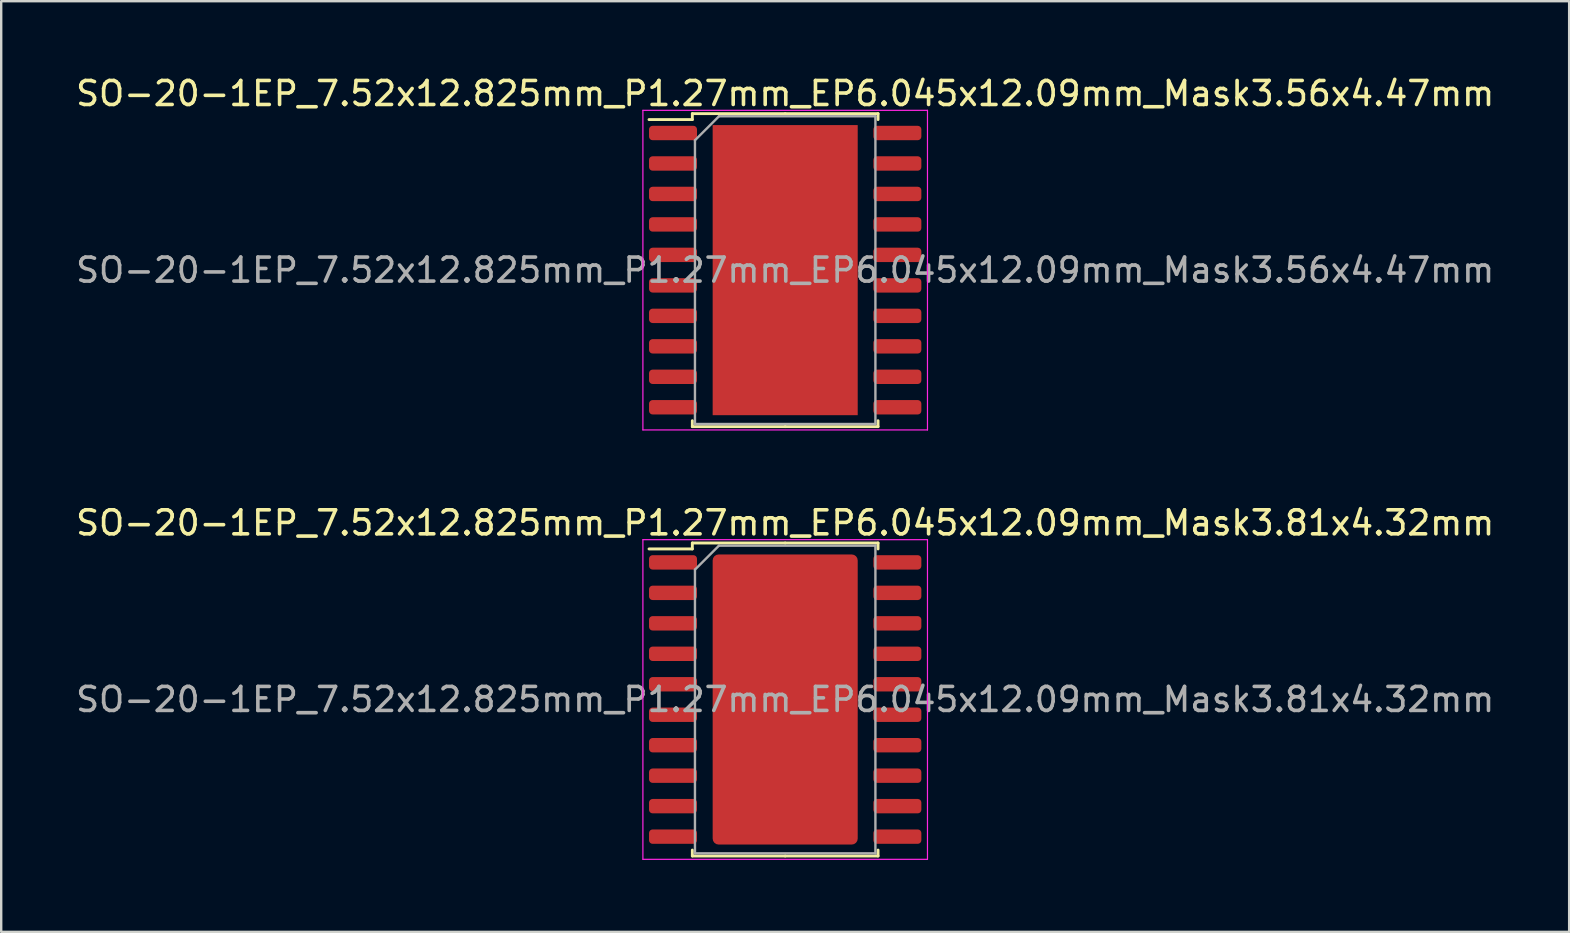
<source format=kicad_pcb>
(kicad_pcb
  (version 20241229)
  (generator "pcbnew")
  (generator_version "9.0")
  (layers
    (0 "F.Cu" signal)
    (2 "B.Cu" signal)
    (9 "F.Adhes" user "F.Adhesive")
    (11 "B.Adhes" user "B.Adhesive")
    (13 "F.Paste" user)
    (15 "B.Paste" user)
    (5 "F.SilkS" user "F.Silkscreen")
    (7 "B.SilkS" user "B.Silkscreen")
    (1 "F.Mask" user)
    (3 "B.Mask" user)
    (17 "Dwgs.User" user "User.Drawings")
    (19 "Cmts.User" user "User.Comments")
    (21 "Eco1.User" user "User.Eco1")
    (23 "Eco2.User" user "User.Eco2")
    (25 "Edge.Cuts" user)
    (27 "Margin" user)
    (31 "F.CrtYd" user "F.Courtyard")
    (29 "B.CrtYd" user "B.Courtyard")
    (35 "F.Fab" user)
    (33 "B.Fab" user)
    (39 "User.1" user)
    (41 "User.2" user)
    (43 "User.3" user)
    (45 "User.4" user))
  (footprint "SO-20-1EP_7.52x12.825mm_P1.27mm_EP6.045x12.09mm_Mask3.56x4.47mm"
    (layer "F.Cu")
    (at 29.673 8.208)
    (property "Reference" "SO-20-1EP_7.52x12.825mm_P1.27mm_EP6.045x12.09mm_Mask3.56x4.47mm" (at 0 -7.36 0) (layer "F.SilkS") (effects (font (size 1 1) (thickness 0.15))))
    (attr smd)
    (fp_line (start -3.87 -6.522) (end -3.87 -6.275) (stroke (width 0.12) (type solid)) (layer "F.SilkS"))
    (fp_line (start -3.87 -6.275) (end -5.675 -6.275) (stroke (width 0.12) (type solid)) (layer "F.SilkS"))
    (fp_line (start -3.87 6.522) (end -3.87 6.275) (stroke (width 0.12) (type solid)) (layer "F.SilkS"))
    (fp_line (start 0 -6.522) (end -3.87 -6.522) (stroke (width 0.12) (type solid)) (layer "F.SilkS"))
    (fp_line (start 0 -6.522) (end 3.87 -6.522) (stroke (width 0.12) (type solid)) (layer "F.SilkS"))
    (fp_line (start 0 6.522) (end -3.87 6.522) (stroke (width 0.12) (type solid)) (layer "F.SilkS"))
    (fp_line (start 0 6.522) (end 3.87 6.522) (stroke (width 0.12) (type solid)) (layer "F.SilkS"))
    (fp_line (start 3.87 -6.522) (end 3.87 -6.275) (stroke (width 0.12) (type solid)) (layer "F.SilkS"))
    (fp_line (start 3.87 6.522) (end 3.87 6.275) (stroke (width 0.12) (type solid)) (layer "F.SilkS"))
    (fp_line (start -5.93 -6.66) (end -5.93 6.66) (stroke (width 0.05) (type solid)) (layer "F.CrtYd"))
    (fp_line (start -5.93 6.66) (end 5.93 6.66) (stroke (width 0.05) (type solid)) (layer "F.CrtYd"))
    (fp_line (start 5.93 -6.66) (end -5.93 -6.66) (stroke (width 0.05) (type solid)) (layer "F.CrtYd"))
    (fp_line (start 5.93 6.66) (end 5.93 -6.66) (stroke (width 0.05) (type solid)) (layer "F.CrtYd"))
    (fp_line (start -3.76 -5.412) (end -2.76 -6.412) (stroke (width 0.1) (type solid)) (layer "F.Fab"))
    (fp_line (start -3.76 6.412) (end -3.76 -5.412) (stroke (width 0.1) (type solid)) (layer "F.Fab"))
    (fp_line (start -2.76 -6.412) (end 3.76 -6.412) (stroke (width 0.1) (type solid)) (layer "F.Fab"))
    (fp_line (start 3.76 -6.412) (end 3.76 6.412) (stroke (width 0.1) (type solid)) (layer "F.Fab"))
    (fp_line (start 3.76 6.412) (end -3.76 6.412) (stroke (width 0.1) (type solid)) (layer "F.Fab"))
    (fp_text user "${REFERENCE}" (at 0 0 0) (layer "F.Fab") (effects (font (size 1 1) (thickness 0.15))))
    (pad "" smd roundrect (at 0 0) (size 2.87 3.6) (layers "F.Paste") (roundrect_rratio 0.087))
    (pad "" smd rect (at 0 0) (size 3.56 4.47) (layers "F.Mask"))
    (pad "1" smd roundrect (at -4.675 -5.715) (size 2 0.6) (layers "F.Cu" "F.Mask" "F.Paste") (roundrect_rratio 0.25))
    (pad "2" smd roundrect (at -4.675 -4.445) (size 2 0.6) (layers "F.Cu" "F.Mask" "F.Paste") (roundrect_rratio 0.25))
    (pad "3" smd roundrect (at -4.675 -3.175) (size 2 0.6) (layers "F.Cu" "F.Mask" "F.Paste") (roundrect_rratio 0.25))
    (pad "4" smd roundrect (at -4.675 -1.905) (size 2 0.6) (layers "F.Cu" "F.Mask" "F.Paste") (roundrect_rratio 0.25))
    (pad "5" smd roundrect (at -4.675 -0.635) (size 2 0.6) (layers "F.Cu" "F.Mask" "F.Paste") (roundrect_rratio 0.25))
    (pad "6" smd roundrect (at -4.675 0.635) (size 2 0.6) (layers "F.Cu" "F.Mask" "F.Paste") (roundrect_rratio 0.25))
    (pad "7" smd roundrect (at -4.675 1.905) (size 2 0.6) (layers "F.Cu" "F.Mask" "F.Paste") (roundrect_rratio 0.25))
    (pad "8" smd roundrect (at -4.675 3.175) (size 2 0.6) (layers "F.Cu" "F.Mask" "F.Paste") (roundrect_rratio 0.25))
    (pad "9" smd roundrect (at -4.675 4.445) (size 2 0.6) (layers "F.Cu" "F.Mask" "F.Paste") (roundrect_rratio 0.25))
    (pad "10" smd roundrect (at -4.675 5.715) (size 2 0.6) (layers "F.Cu" "F.Mask" "F.Paste") (roundrect_rratio 0.25))
    (pad "11" smd roundrect (at 4.675 5.715) (size 2 0.6) (layers "F.Cu" "F.Mask" "F.Paste") (roundrect_rratio 0.25))
    (pad "12" smd roundrect (at 4.675 4.445) (size 2 0.6) (layers "F.Cu" "F.Mask" "F.Paste") (roundrect_rratio 0.25))
    (pad "13" smd roundrect (at 4.675 3.175) (size 2 0.6) (layers "F.Cu" "F.Mask" "F.Paste") (roundrect_rratio 0.25))
    (pad "14" smd roundrect (at 4.675 1.905) (size 2 0.6) (layers "F.Cu" "F.Mask" "F.Paste") (roundrect_rratio 0.25))
    (pad "15" smd roundrect (at 4.675 0.635) (size 2 0.6) (layers "F.Cu" "F.Mask" "F.Paste") (roundrect_rratio 0.25))
    (pad "16" smd roundrect (at 4.675 -0.635) (size 2 0.6) (layers "F.Cu" "F.Mask" "F.Paste") (roundrect_rratio 0.25))
    (pad "17" smd roundrect (at 4.675 -1.905) (size 2 0.6) (layers "F.Cu" "F.Mask" "F.Paste") (roundrect_rratio 0.25))
    (pad "18" smd roundrect (at 4.675 -3.175) (size 2 0.6) (layers "F.Cu" "F.Mask" "F.Paste") (roundrect_rratio 0.25))
    (pad "19" smd roundrect (at 4.675 -4.445) (size 2 0.6) (layers "F.Cu" "F.Mask" "F.Paste") (roundrect_rratio 0.25))
    (pad "20" smd roundrect (at 4.675 -5.715) (size 2 0.6) (layers "F.Cu" "F.Mask" "F.Paste") (roundrect_rratio 0.25))
    (pad "21" smd rect (at 0 0) (size 6.045 12.09) (layers "F.Cu")))
  (footprint "SO-20-1EP_7.52x12.825mm_P1.27mm_EP6.045x12.09mm_Mask3.81x4.32mm"
    (layer "F.Cu")
    (at 29.673 26.102)
    (property "Reference" "SO-20-1EP_7.52x12.825mm_P1.27mm_EP6.045x12.09mm_Mask3.81x4.32mm" (at 0 -7.36 0) (layer "F.SilkS") (effects (font (size 1 1) (thickness 0.15))))
    (attr smd)
    (fp_line (start -3.87 -6.522) (end -3.87 -6.275) (stroke (width 0.12) (type solid)) (layer "F.SilkS"))
    (fp_line (start -3.87 -6.275) (end -5.675 -6.275) (stroke (width 0.12) (type solid)) (layer "F.SilkS"))
    (fp_line (start -3.87 6.522) (end -3.87 6.275) (stroke (width 0.12) (type solid)) (layer "F.SilkS"))
    (fp_line (start 0 -6.522) (end -3.87 -6.522) (stroke (width 0.12) (type solid)) (layer "F.SilkS"))
    (fp_line (start 0 -6.522) (end 3.87 -6.522) (stroke (width 0.12) (type solid)) (layer "F.SilkS"))
    (fp_line (start 0 6.522) (end -3.87 6.522) (stroke (width 0.12) (type solid)) (layer "F.SilkS"))
    (fp_line (start 0 6.522) (end 3.87 6.522) (stroke (width 0.12) (type solid)) (layer "F.SilkS"))
    (fp_line (start 3.87 -6.522) (end 3.87 -6.275) (stroke (width 0.12) (type solid)) (layer "F.SilkS"))
    (fp_line (start 3.87 6.522) (end 3.87 6.275) (stroke (width 0.12) (type solid)) (layer "F.SilkS"))
    (fp_line (start -5.93 -6.66) (end -5.93 6.66) (stroke (width 0.05) (type solid)) (layer "F.CrtYd"))
    (fp_line (start -5.93 6.66) (end 5.93 6.66) (stroke (width 0.05) (type solid)) (layer "F.CrtYd"))
    (fp_line (start 5.93 -6.66) (end -5.93 -6.66) (stroke (width 0.05) (type solid)) (layer "F.CrtYd"))
    (fp_line (start 5.93 6.66) (end 5.93 -6.66) (stroke (width 0.05) (type solid)) (layer "F.CrtYd"))
    (fp_line (start -3.76 -5.412) (end -2.76 -6.412) (stroke (width 0.1) (type solid)) (layer "F.Fab"))
    (fp_line (start -3.76 6.412) (end -3.76 -5.412) (stroke (width 0.1) (type solid)) (layer "F.Fab"))
    (fp_line (start -2.76 -6.412) (end 3.76 -6.412) (stroke (width 0.1) (type solid)) (layer "F.Fab"))
    (fp_line (start 3.76 -6.412) (end 3.76 6.412) (stroke (width 0.1) (type solid)) (layer "F.Fab"))
    (fp_line (start 3.76 6.412) (end -3.76 6.412) (stroke (width 0.1) (type solid)) (layer "F.Fab"))
    (fp_text user "${REFERENCE}" (at 0 0 0) (layer "F.Fab") (effects (font (size 1 1) (thickness 0.15))))
    (pad "" smd roundrect (at 0 0) (size 3.07 3.48) (layers "F.Paste") (roundrect_rratio 0.081))
    (pad "" smd roundrect (at 0 0) (size 3.81 4.32) (layers "F.Mask") (roundrect_rratio 0.066))
    (pad "1" smd roundrect (at -4.675 -5.715) (size 2 0.6) (layers "F.Cu" "F.Mask" "F.Paste") (roundrect_rratio 0.25))
    (pad "2" smd roundrect (at -4.675 -4.445) (size 2 0.6) (layers "F.Cu" "F.Mask" "F.Paste") (roundrect_rratio 0.25))
    (pad "3" smd roundrect (at -4.675 -3.175) (size 2 0.6) (layers "F.Cu" "F.Mask" "F.Paste") (roundrect_rratio 0.25))
    (pad "4" smd roundrect (at -4.675 -1.905) (size 2 0.6) (layers "F.Cu" "F.Mask" "F.Paste") (roundrect_rratio 0.25))
    (pad "5" smd roundrect (at -4.675 -0.635) (size 2 0.6) (layers "F.Cu" "F.Mask" "F.Paste") (roundrect_rratio 0.25))
    (pad "6" smd roundrect (at -4.675 0.635) (size 2 0.6) (layers "F.Cu" "F.Mask" "F.Paste") (roundrect_rratio 0.25))
    (pad "7" smd roundrect (at -4.675 1.905) (size 2 0.6) (layers "F.Cu" "F.Mask" "F.Paste") (roundrect_rratio 0.25))
    (pad "8" smd roundrect (at -4.675 3.175) (size 2 0.6) (layers "F.Cu" "F.Mask" "F.Paste") (roundrect_rratio 0.25))
    (pad "9" smd roundrect (at -4.675 4.445) (size 2 0.6) (layers "F.Cu" "F.Mask" "F.Paste") (roundrect_rratio 0.25))
    (pad "10" smd roundrect (at -4.675 5.715) (size 2 0.6) (layers "F.Cu" "F.Mask" "F.Paste") (roundrect_rratio 0.25))
    (pad "11" smd roundrect (at 4.675 5.715) (size 2 0.6) (layers "F.Cu" "F.Mask" "F.Paste") (roundrect_rratio 0.25))
    (pad "12" smd roundrect (at 4.675 4.445) (size 2 0.6) (layers "F.Cu" "F.Mask" "F.Paste") (roundrect_rratio 0.25))
    (pad "13" smd roundrect (at 4.675 3.175) (size 2 0.6) (layers "F.Cu" "F.Mask" "F.Paste") (roundrect_rratio 0.25))
    (pad "14" smd roundrect (at 4.675 1.905) (size 2 0.6) (layers "F.Cu" "F.Mask" "F.Paste") (roundrect_rratio 0.25))
    (pad "15" smd roundrect (at 4.675 0.635) (size 2 0.6) (layers "F.Cu" "F.Mask" "F.Paste") (roundrect_rratio 0.25))
    (pad "16" smd roundrect (at 4.675 -0.635) (size 2 0.6) (layers "F.Cu" "F.Mask" "F.Paste") (roundrect_rratio 0.25))
    (pad "17" smd roundrect (at 4.675 -1.905) (size 2 0.6) (layers "F.Cu" "F.Mask" "F.Paste") (roundrect_rratio 0.25))
    (pad "18" smd roundrect (at 4.675 -3.175) (size 2 0.6) (layers "F.Cu" "F.Mask" "F.Paste") (roundrect_rratio 0.25))
    (pad "19" smd roundrect (at 4.675 -4.445) (size 2 0.6) (layers "F.Cu" "F.Mask" "F.Paste") (roundrect_rratio 0.25))
    (pad "20" smd roundrect (at 4.675 -5.715) (size 2 0.6) (layers "F.Cu" "F.Mask" "F.Paste") (roundrect_rratio 0.25))
    (pad "21" smd roundrect (at 0 0) (size 6.045 12.09) (layers "F.Cu") (roundrect_rratio 0.041)))
  (gr_rect
    (start -3 -3)
    (end 62.345 35.786)
    (stroke (width 0.1) (type default))
    (fill no)
    (layer "Edge.Cuts")))
</source>
